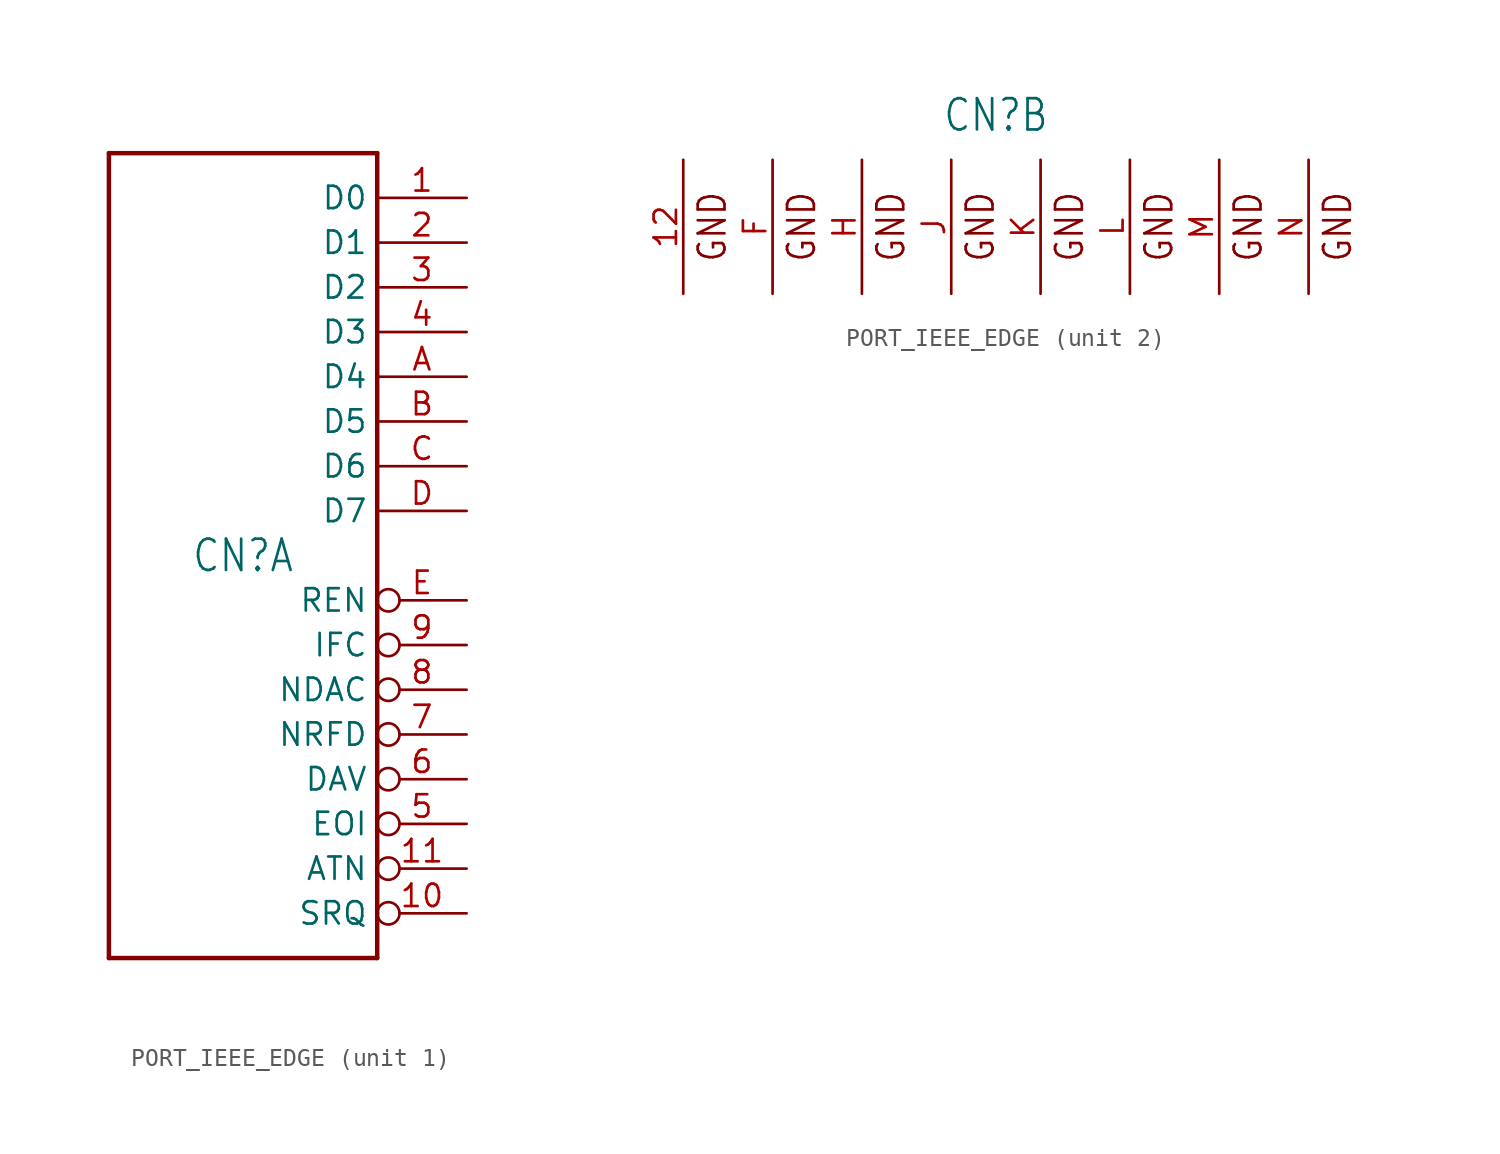
<source format=kicad_sym>
(kicad_symbol_lib
  (version 20220914)
  (generator kicad_symbol_editor)
  (symbol "PORT_IEEE_EDGE"
    (property "Reference" "CN"
      (at 0 0 0)
      (effects (font (size 1.778 1.511))))
    (property "ki_locked" ""
      (at 0 0 0)
      (effects (font (size 1.27 1.27))))
    (symbol "PORT_IEEE_EDGE_1_0"
      (polyline (pts (xy -7.62 -22.86) (xy 7.62 -22.86)) (stroke (width 0.254) (type solid)) (fill (type none)))
      (polyline (pts (xy -7.62 22.86) (xy -7.62 -22.86)) (stroke (width 0.254) (type solid)) (fill (type none)))
      (polyline (pts (xy 7.62 -22.86) (xy 7.62 22.86)) (stroke (width 0.254) (type solid)) (fill (type none)))
      (polyline (pts (xy 7.62 22.86) (xy -7.62 22.86)) (stroke (width 0.254) (type solid)) (fill (type none)))
      (pin bidirectional line (at 12.7 20.32 180) (length 5.08) (name "D0" (effects (font (size 1.27 1.27)))) (number "1" (effects (font (size 1.27 1.27)))))
      (pin bidirectional inverted (at 12.7 -20.32 180) (length 5.08) (name "SRQ" (effects (font (size 1.27 1.27)))) (number "10" (effects (font (size 1.27 1.27)))))
      (pin bidirectional inverted (at 12.7 -17.78 180) (length 5.08) (name "ATN" (effects (font (size 1.27 1.27)))) (number "11" (effects (font (size 1.27 1.27)))))
      (pin bidirectional line (at 12.7 17.78 180) (length 5.08) (name "D1" (effects (font (size 1.27 1.27)))) (number "2" (effects (font (size 1.27 1.27)))))
      (pin bidirectional line (at 12.7 15.24 180) (length 5.08) (name "D2" (effects (font (size 1.27 1.27)))) (number "3" (effects (font (size 1.27 1.27)))))
      (pin bidirectional line (at 12.7 12.7 180) (length 5.08) (name "D3" (effects (font (size 1.27 1.27)))) (number "4" (effects (font (size 1.27 1.27)))))
      (pin bidirectional inverted (at 12.7 -15.24 180) (length 5.08) (name "EOI" (effects (font (size 1.27 1.27)))) (number "5" (effects (font (size 1.27 1.27)))))
      (pin bidirectional inverted (at 12.7 -12.7 180) (length 5.08) (name "DAV" (effects (font (size 1.27 1.27)))) (number "6" (effects (font (size 1.27 1.27)))))
      (pin bidirectional inverted (at 12.7 -10.16 180) (length 5.08) (name "NRFD" (effects (font (size 1.27 1.27)))) (number "7" (effects (font (size 1.27 1.27)))))
      (pin bidirectional inverted (at 12.7 -7.62 180) (length 5.08) (name "NDAC" (effects (font (size 1.27 1.27)))) (number "8" (effects (font (size 1.27 1.27)))))
      (pin bidirectional inverted (at 12.7 -5.08 180) (length 5.08) (name "IFC" (effects (font (size 1.27 1.27)))) (number "9" (effects (font (size 1.27 1.27)))))
      (pin bidirectional line (at 12.7 10.16 180) (length 5.08) (name "D4" (effects (font (size 1.27 1.27)))) (number "A" (effects (font (size 1.27 1.27)))))
      (pin bidirectional line (at 12.7 7.62 180) (length 5.08) (name "D5" (effects (font (size 1.27 1.27)))) (number "B" (effects (font (size 1.27 1.27)))))
      (pin bidirectional line (at 12.7 5.08 180) (length 5.08) (name "D6" (effects (font (size 1.27 1.27)))) (number "C" (effects (font (size 1.27 1.27)))))
      (pin bidirectional line (at 12.7 2.54 180) (length 5.08) (name "D7" (effects (font (size 1.27 1.27)))) (number "D" (effects (font (size 1.27 1.27)))))
      (pin bidirectional inverted (at 12.7 -2.54 180) (length 5.08) (name "REN" (effects (font (size 1.27 1.27)))) (number "E" (effects (font (size 1.27 1.27))))))
    (symbol "PORT_IEEE_EDGE_2_0"
      (text "GND" (at -15.24 -6.35 900) (effects (font (size 1.524 1.295)) (justify bottom)))
      (text "GND" (at -10.16 -6.35 900) (effects (font (size 1.524 1.295)) (justify bottom)))
      (text "GND" (at -5.08 -6.35 900) (effects (font (size 1.524 1.295)) (justify bottom)))
      (text "GND" (at 0 -6.35 900) (effects (font (size 1.524 1.295)) (justify bottom)))
      (text "GND" (at 5.08 -6.35 900) (effects (font (size 1.524 1.295)) (justify bottom)))
      (text "GND" (at 10.16 -6.35 900) (effects (font (size 1.524 1.295)) (justify bottom)))
      (text "GND" (at 15.24 -6.35 900) (effects (font (size 1.524 1.295)) (justify bottom)))
      (text "GND" (at 20.32 -6.35 900) (effects (font (size 1.524 1.295)) (justify bottom)))
      (pin power_in line (at -17.78 -10.16 90) (length 7.62) (name "GND" (effects (font (size 0 0)))) (number "12" (effects (font (size 1.27 1.27)))))
      (pin power_in line (at -12.7 -10.16 90) (length 7.62) (name "GND@1" (effects (font (size 0 0)))) (number "F" (effects (font (size 1.27 1.27)))))
      (pin power_in line (at -7.62 -10.16 90) (length 7.62) (name "GND@2" (effects (font (size 0 0)))) (number "H" (effects (font (size 1.27 1.27)))))
      (pin power_in line (at -2.54 -10.16 90) (length 7.62) (name "GND@3" (effects (font (size 0 0)))) (number "J" (effects (font (size 1.27 1.27)))))
      (pin power_in line (at 2.54 -10.16 90) (length 7.62) (name "GND@4" (effects (font (size 0 0)))) (number "K" (effects (font (size 1.27 1.27)))))
      (pin power_in line (at 7.62 -10.16 90) (length 7.62) (name "GND@5" (effects (font (size 0 0)))) (number "L" (effects (font (size 1.27 1.27)))))
      (pin power_in line (at 12.7 -10.16 90) (length 7.62) (name "GND@6" (effects (font (size 0 0)))) (number "M" (effects (font (size 1.27 1.27)))))
      (pin power_in line (at 17.78 -10.16 90) (length 7.62) (name "GND@7" (effects (font (size 0 0)))) (number "N" (effects (font (size 1.27 1.27))))))))
</source>
